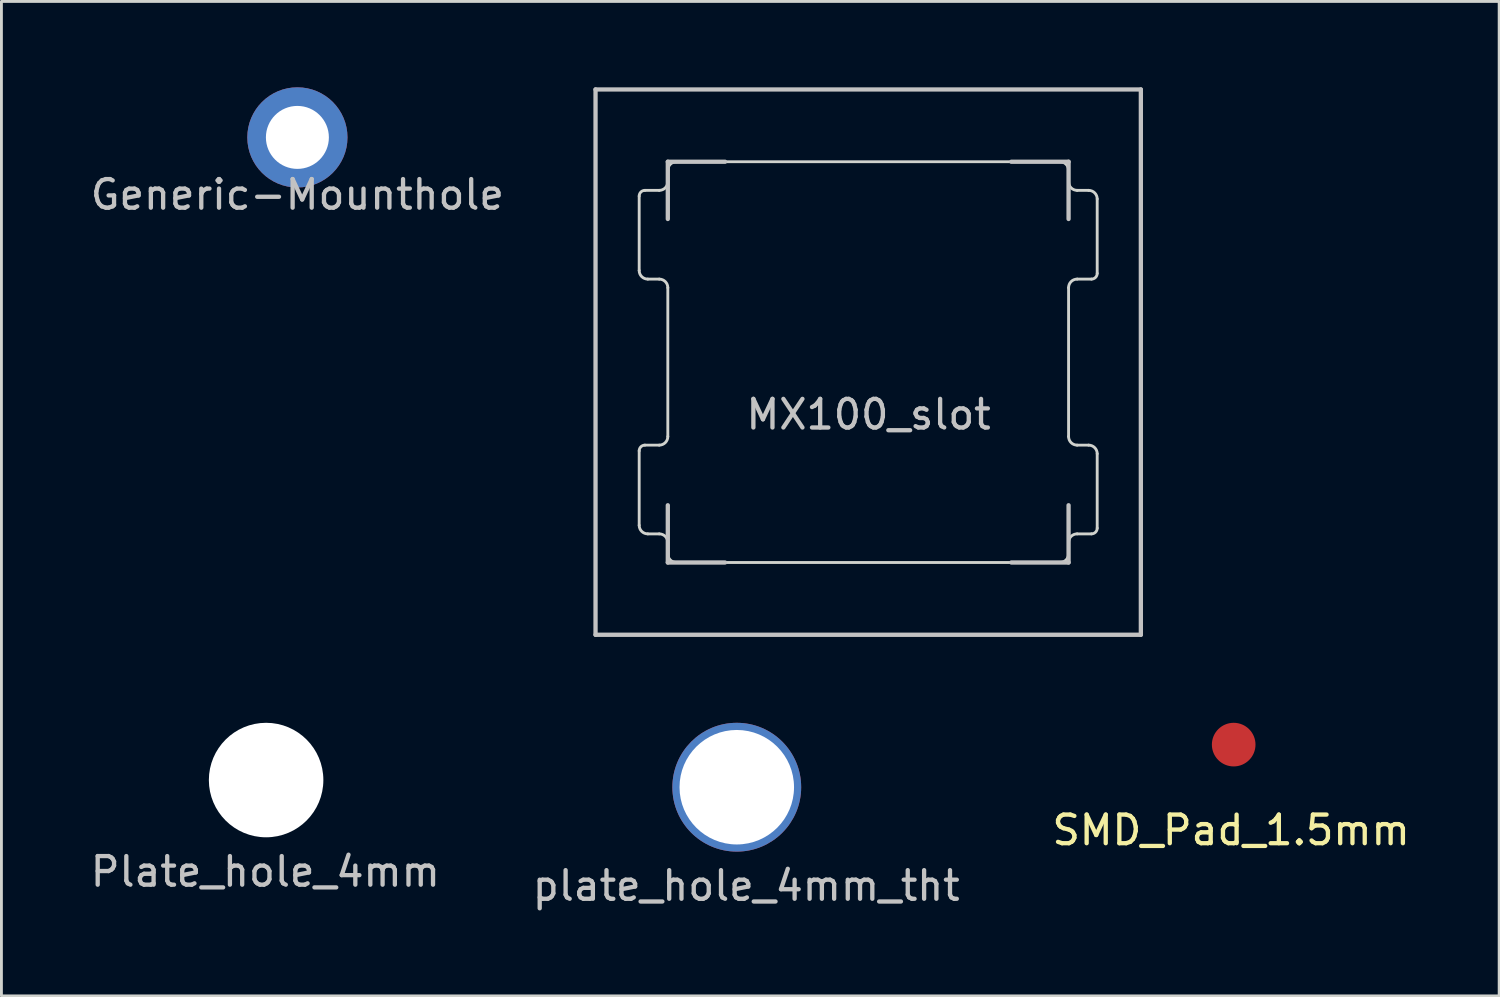
<source format=kicad_pcb>
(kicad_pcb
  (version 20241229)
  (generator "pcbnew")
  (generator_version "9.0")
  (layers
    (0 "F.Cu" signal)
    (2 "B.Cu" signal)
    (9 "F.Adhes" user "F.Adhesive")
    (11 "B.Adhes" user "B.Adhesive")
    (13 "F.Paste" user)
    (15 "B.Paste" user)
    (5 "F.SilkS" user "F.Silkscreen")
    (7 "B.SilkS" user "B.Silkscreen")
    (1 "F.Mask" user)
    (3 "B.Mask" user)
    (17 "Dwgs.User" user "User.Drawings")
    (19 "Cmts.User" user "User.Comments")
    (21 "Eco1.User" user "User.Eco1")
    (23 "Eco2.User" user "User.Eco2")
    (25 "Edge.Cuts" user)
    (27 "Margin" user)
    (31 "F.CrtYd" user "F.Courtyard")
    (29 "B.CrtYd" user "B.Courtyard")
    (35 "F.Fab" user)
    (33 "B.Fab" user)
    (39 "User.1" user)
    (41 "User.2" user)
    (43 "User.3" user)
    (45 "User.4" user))
  (footprint "Plate_hole_4mm"
    (layer "F.Cu")
    (at 6.233 26.194)
    (property "Reference" "Plate_hole_4mm" (at -0.013 1.206 0) (layer "Dwgs.User") (effects (font (size 1 1) (thickness 0.15))))
    (attr through_hole)
    (pad "" np_thru_hole circle (at 0.013 -1.994) (size 4 4) (drill 4) (layers "*.Cu" "*.Mask")))
  (footprint "SMD_Pad_1.5mm"
    (layer "F.Cu")
    (at 39.958 25.451)
    (property "Reference" "SMD_Pad_1.5mm" (at 0 0.5 0) (layer "F.SilkS") (effects (font (size 1 1) (thickness 0.15))))
    (attr through_hole)
    (pad "1" smd circle (at 0.089 -2.489) (size 1.524 1.524) (layers "F.Cu")))
  (footprint "Generic-Mounthole"
    (layer "F.Cu")
    (at 7.339 1.75)
    (property "Reference" "Generic-Mounthole" (at 0 2 0) (layer "Dwgs.User") (effects (font (size 1 1) (thickness 0.15))))
    (attr exclude_from_pos_files exclude_from_bom)
    (pad "1" thru_hole circle (at 0 0) (size 3.5 3.5) (drill 2.2) (layers "*.Cu" "*.Mask")))
  (footprint "MX100_slot"
    (layer "F.Cu")
    (at 27.279 9.6)
    (property "Reference" "MX100_slot" (at 0.013 1.829 0) (layer "Dwgs.User") (effects (font (size 1 1) (thickness 0.15))))
    (attr through_hole)
    (fp_line (start -9.525 -9.525) (end 9.525 -9.525) (stroke (width 0.15) (type solid)) (layer "Dwgs.User"))
    (fp_line (start -9.525 9.525) (end -9.525 -9.525) (stroke (width 0.15) (type solid)) (layer "Dwgs.User"))
    (fp_line (start -7 -7) (end -7 -5) (stroke (width 0.15) (type solid)) (layer "Dwgs.User"))
    (fp_line (start -7 5) (end -7 7) (stroke (width 0.15) (type solid)) (layer "Dwgs.User"))
    (fp_line (start -7 7) (end -5 7) (stroke (width 0.15) (type solid)) (layer "Dwgs.User"))
    (fp_line (start -5 -7) (end -7 -7) (stroke (width 0.15) (type solid)) (layer "Dwgs.User"))
    (fp_line (start 5 -7) (end 7 -7) (stroke (width 0.15) (type solid)) (layer "Dwgs.User"))
    (fp_line (start 5 7) (end 7 7) (stroke (width 0.15) (type solid)) (layer "Dwgs.User"))
    (fp_line (start 7 -7) (end 7 -5) (stroke (width 0.15) (type solid)) (layer "Dwgs.User"))
    (fp_line (start 7 7) (end 7 5) (stroke (width 0.15) (type solid)) (layer "Dwgs.User"))
    (fp_line (start 9.525 -9.525) (end 9.525 9.525) (stroke (width 0.15) (type solid)) (layer "Dwgs.User"))
    (fp_line (start 9.525 9.525) (end -9.525 9.525) (stroke (width 0.15) (type solid)) (layer "Dwgs.User"))
    (fp_line (start -8 -5.8) (end -8 -3.2) (stroke (width 0.1) (type solid)) (layer "Edge.Cuts"))
    (fp_line (start -8 3.1) (end -8 5.7) (stroke (width 0.1) (type solid)) (layer "Edge.Cuts"))
    (fp_line (start -7.8 -6) (end -7.3 -6) (stroke (width 0.1) (type solid)) (layer "Edge.Cuts"))
    (fp_line (start -7.8 2.9) (end -7.3 2.9) (stroke (width 0.1) (type solid)) (layer "Edge.Cuts"))
    (fp_line (start -7.3 -2.9) (end -7.7 -2.9) (stroke (width 0.1) (type solid)) (layer "Edge.Cuts"))
    (fp_line (start -7.3 6) (end -7.7 6) (stroke (width 0.1) (type solid)) (layer "Edge.Cuts"))
    (fp_line (start -7 -6.3) (end -7 -6.7) (stroke (width 0.1) (type solid)) (layer "Edge.Cuts"))
    (fp_line (start -7 -2.6) (end -7 2.6) (stroke (width 0.1) (type solid)) (layer "Edge.Cuts"))
    (fp_line (start -7 6.7) (end -7 6.3) (stroke (width 0.1) (type solid)) (layer "Edge.Cuts"))
    (fp_line (start 6.7 -7) (end -6.7 -7) (stroke (width 0.1) (type solid)) (layer "Edge.Cuts"))
    (fp_line (start 6.7 7) (end -6.7 7) (stroke (width 0.1) (type solid)) (layer "Edge.Cuts"))
    (fp_line (start 7 -6.7) (end 7 -6.3) (stroke (width 0.1) (type solid)) (layer "Edge.Cuts"))
    (fp_line (start 7 2.6) (end 7 -2.6) (stroke (width 0.1) (type solid)) (layer "Edge.Cuts"))
    (fp_line (start 7 6.3) (end 7 6.7) (stroke (width 0.1) (type solid)) (layer "Edge.Cuts"))
    (fp_line (start 7.3 -6) (end 7.7 -6) (stroke (width 0.1) (type solid)) (layer "Edge.Cuts"))
    (fp_line (start 7.3 2.9) (end 7.7 2.9) (stroke (width 0.1) (type solid)) (layer "Edge.Cuts"))
    (fp_line (start 7.8 -2.9) (end 7.3 -2.9) (stroke (width 0.1) (type solid)) (layer "Edge.Cuts"))
    (fp_line (start 7.8 6) (end 7.3 6) (stroke (width 0.1) (type solid)) (layer "Edge.Cuts"))
    (fp_line (start 8 -3.1) (end 8 -5.7) (stroke (width 0.1) (type solid)) (layer "Edge.Cuts"))
    (fp_line (start 8 5.8) (end 8 3.2) (stroke (width 0.1) (type solid)) (layer "Edge.Cuts"))
    (fp_arc (start -8 -5.8) (mid -7.941421 -5.941421) (end -7.8 -6) (stroke (width 0.1) (type solid)) (layer "Edge.Cuts"))
    (fp_arc (start -8 3.1) (mid -7.941421 2.958579) (end -7.8 2.9) (stroke (width 0.1) (type solid)) (layer "Edge.Cuts"))
    (fp_arc (start -7.7 -2.9) (mid -7.912132 -2.987868) (end -8 -3.2) (stroke (width 0.1) (type solid)) (layer "Edge.Cuts"))
    (fp_arc (start -7.7 6) (mid -7.912132 5.912132) (end -8 5.7) (stroke (width 0.1) (type solid)) (layer "Edge.Cuts"))
    (fp_arc (start -7.3 -2.9) (mid -7.087868 -2.812132) (end -7 -2.6) (stroke (width 0.1) (type solid)) (layer "Edge.Cuts"))
    (fp_arc (start -7.3 6) (mid -7.087868 6.087868) (end -7 6.3) (stroke (width 0.1) (type solid)) (layer "Edge.Cuts"))
    (fp_arc (start -7 -6.7) (mid -6.912132 -6.912132) (end -6.7 -7) (stroke (width 0.1) (type solid)) (layer "Edge.Cuts"))
    (fp_arc (start -7 -6.3) (mid -7.087868 -6.087868) (end -7.3 -6) (stroke (width 0.1) (type solid)) (layer "Edge.Cuts"))
    (fp_arc (start -7 2.6) (mid -7.087868 2.812132) (end -7.3 2.9) (stroke (width 0.1) (type solid)) (layer "Edge.Cuts"))
    (fp_arc (start -6.7 7) (mid -6.912132 6.912132) (end -7 6.7) (stroke (width 0.1) (type solid)) (layer "Edge.Cuts"))
    (fp_arc (start 6.7 -7) (mid 6.912132 -6.912132) (end 7 -6.7) (stroke (width 0.1) (type solid)) (layer "Edge.Cuts"))
    (fp_arc (start 7 -2.6) (mid 7.087868 -2.812132) (end 7.3 -2.9) (stroke (width 0.1) (type solid)) (layer "Edge.Cuts"))
    (fp_arc (start 7 6.3) (mid 7.087868 6.087868) (end 7.3 6) (stroke (width 0.1) (type solid)) (layer "Edge.Cuts"))
    (fp_arc (start 7 6.7) (mid 6.912132 6.912132) (end 6.7 7) (stroke (width 0.1) (type solid)) (layer "Edge.Cuts"))
    (fp_arc (start 7.3 -6) (mid 7.087868 -6.087868) (end 7 -6.3) (stroke (width 0.1) (type solid)) (layer "Edge.Cuts"))
    (fp_arc (start 7.3 2.9) (mid 7.087868 2.812132) (end 7 2.6) (stroke (width 0.1) (type solid)) (layer "Edge.Cuts"))
    (fp_arc (start 7.7 -6) (mid 7.912132 -5.912132) (end 8 -5.7) (stroke (width 0.1) (type solid)) (layer "Edge.Cuts"))
    (fp_arc (start 7.7 2.9) (mid 7.912132 2.987868) (end 8 3.2) (stroke (width 0.1) (type solid)) (layer "Edge.Cuts"))
    (fp_arc (start 8 -3.1) (mid 7.941421 -2.958579) (end 7.8 -2.9) (stroke (width 0.1) (type solid)) (layer "Edge.Cuts"))
    (fp_arc (start 8 5.8) (mid 7.941421 5.941421) (end 7.8 6) (stroke (width 0.1) (type solid)) (layer "Edge.Cuts")))
  (footprint "plate_hole_4mm_tht"
    (layer "F.Cu")
    (at 22.637 26.482)
    (property "Reference" "plate_hole_4mm_tht" (at 0.381 1.41 0) (layer "Dwgs.User") (effects (font (size 1 1) (thickness 0.15))))
    (attr through_hole)
    (pad "1" thru_hole circle (at 0.051 -2.032) (size 4.5 4.5) (drill 4) (layers "*.Cu" "*.Mask")))
  (gr_rect
    (start -3 -3)
    (end 49.321 31.74)
    (stroke (width 0.1) (type default))
    (fill no)
    (layer "Edge.Cuts")))
</source>
